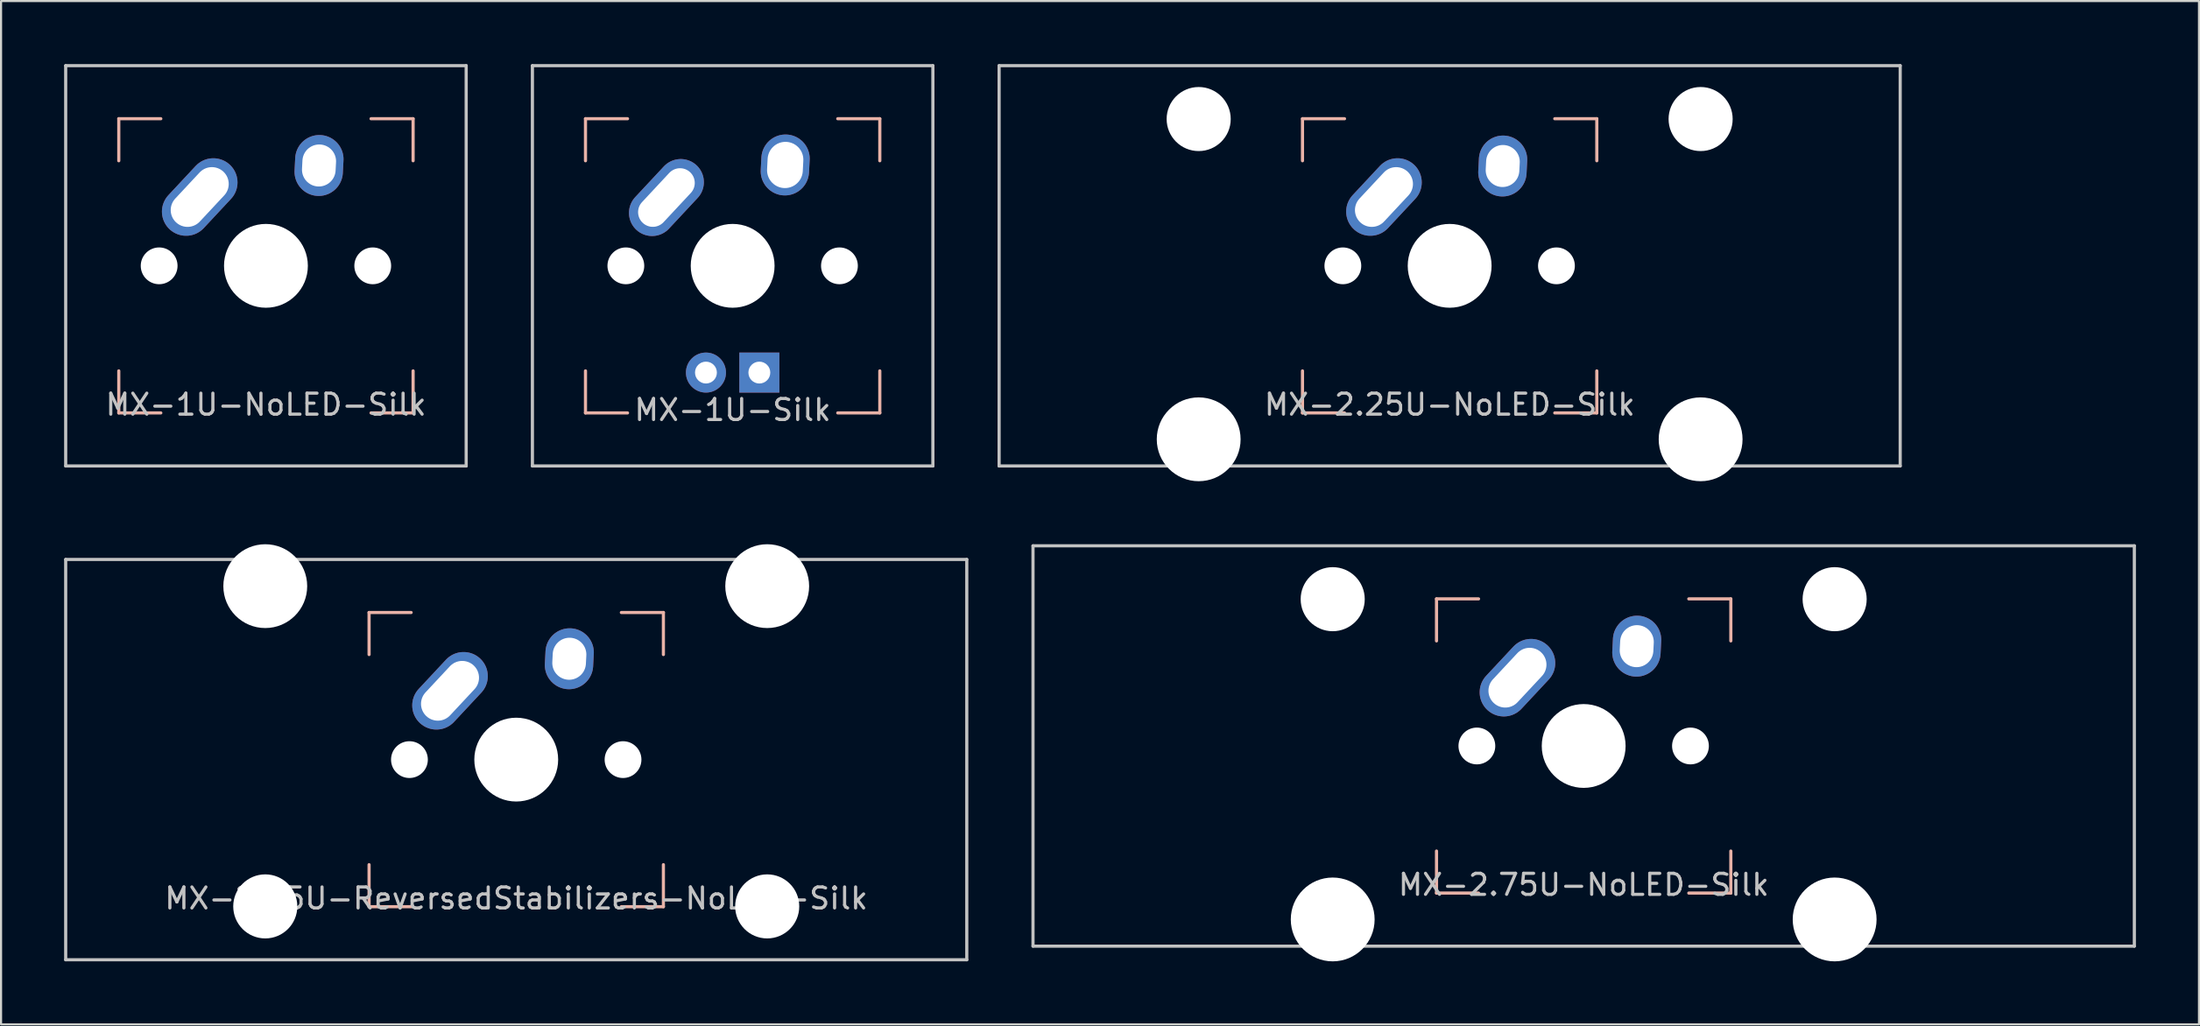
<source format=kicad_pcb>
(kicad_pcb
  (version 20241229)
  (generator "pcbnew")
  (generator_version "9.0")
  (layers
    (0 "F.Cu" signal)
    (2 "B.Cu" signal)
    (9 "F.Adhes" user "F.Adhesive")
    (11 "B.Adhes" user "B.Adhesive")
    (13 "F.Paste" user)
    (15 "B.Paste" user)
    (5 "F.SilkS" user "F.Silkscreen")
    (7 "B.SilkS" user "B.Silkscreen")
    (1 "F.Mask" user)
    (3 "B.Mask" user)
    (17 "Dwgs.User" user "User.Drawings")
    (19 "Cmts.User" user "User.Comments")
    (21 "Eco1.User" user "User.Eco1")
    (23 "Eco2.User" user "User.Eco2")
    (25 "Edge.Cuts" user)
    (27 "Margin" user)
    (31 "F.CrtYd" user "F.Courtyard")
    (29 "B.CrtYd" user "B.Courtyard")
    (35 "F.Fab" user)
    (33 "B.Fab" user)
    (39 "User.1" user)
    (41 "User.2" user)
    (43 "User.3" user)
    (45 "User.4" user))
  (footprint "MX-2.75U-NoLED-Silk"
    (layer "F.Cu")
    (at 72.281 32.449)
    (property "Reference" "MX-2.75U-NoLED-Silk" (at 0 6.604 0) (layer "Dwgs.User") (effects (font (size 1 1) (thickness 0.15))))
    (fp_line (start -7 -7) (end -7 -5) (stroke (width 0.15) (type solid)) (layer "B.SilkS"))
    (fp_line (start -7 5) (end -7 7) (stroke (width 0.15) (type solid)) (layer "B.SilkS"))
    (fp_line (start -7 7) (end -5 7) (stroke (width 0.15) (type solid)) (layer "B.SilkS"))
    (fp_line (start -5 -7) (end -7 -7) (stroke (width 0.15) (type solid)) (layer "B.SilkS"))
    (fp_line (start 5 -7) (end 7 -7) (stroke (width 0.15) (type solid)) (layer "B.SilkS"))
    (fp_line (start 5 7) (end 7 7) (stroke (width 0.15) (type solid)) (layer "B.SilkS"))
    (fp_line (start 7 -7) (end 7 -5) (stroke (width 0.15) (type solid)) (layer "B.SilkS"))
    (fp_line (start 7 7) (end 7 5) (stroke (width 0.15) (type solid)) (layer "B.SilkS"))
    (fp_line (start -26.194 -9.525) (end 26.194 -9.525) (stroke (width 0.15) (type solid)) (layer "Dwgs.User"))
    (fp_line (start -26.194 9.525) (end -26.194 -9.525) (stroke (width 0.15) (type solid)) (layer "Dwgs.User"))
    (fp_line (start -26.194 9.525) (end 26.194 9.525) (stroke (width 0.15) (type solid)) (layer "Dwgs.User"))
    (fp_line (start 26.194 -9.525) (end 26.194 9.525) (stroke (width 0.15) (type solid)) (layer "Dwgs.User"))
    (pad "" np_thru_hole circle (at -11.938 -6.985) (size 3.048 3.048) (drill 3.048) (layers "*.Cu" "*.Mask"))
    (pad "" np_thru_hole circle (at -11.938 8.255) (size 3.988 3.988) (drill 3.988) (layers "*.Cu" "*.Mask"))
    (pad "" np_thru_hole circle (at -5.08 0 48.1) (size 1.75 1.75) (drill 1.75) (layers "*.Cu" "*.Mask"))
    (pad "" np_thru_hole circle (at 0 0) (size 3.988 3.988) (drill 3.988) (layers "*.Cu" "*.Mask"))
    (pad "" np_thru_hole circle (at 5.08 0 48.1) (size 1.75 1.75) (drill 1.75) (layers "*.Cu" "*.Mask"))
    (pad "" np_thru_hole circle (at 11.938 -6.985) (size 3.048 3.048) (drill 3.048) (layers "*.Cu" "*.Mask"))
    (pad "" np_thru_hole circle (at 11.938 8.255) (size 3.988 3.988) (drill 3.988) (layers "*.Cu" "*.Mask"))
    (pad "1" thru_hole oval (at -3.15 -3.25 47) (size 4.2 2.3) (drill oval 3.3 1.6) (layers "*.Cu" "*.Mask"))
    (pad "2" thru_hole oval (at 2.525 -4.75 87) (size 2.9 2.3) (drill oval 2 1.6) (layers "*.Cu" "*.Mask")))
  (footprint "MX-2.25U-ReversedStabilizers-NoLED-Silk"
    (layer "F.Cu")
    (at 21.506 33.098)
    (property "Reference" "MX-2.25U-ReversedStabilizers-NoLED-Silk" (at 0 6.604 0) (layer "Dwgs.User") (effects (font (size 1 1) (thickness 0.15))))
    (fp_line (start -7 -7) (end -7 -5) (stroke (width 0.15) (type solid)) (layer "B.SilkS"))
    (fp_line (start -7 5) (end -7 7) (stroke (width 0.15) (type solid)) (layer "B.SilkS"))
    (fp_line (start -7 7) (end -5 7) (stroke (width 0.15) (type solid)) (layer "B.SilkS"))
    (fp_line (start -5 -7) (end -7 -7) (stroke (width 0.15) (type solid)) (layer "B.SilkS"))
    (fp_line (start 5 -7) (end 7 -7) (stroke (width 0.15) (type solid)) (layer "B.SilkS"))
    (fp_line (start 5 7) (end 7 7) (stroke (width 0.15) (type solid)) (layer "B.SilkS"))
    (fp_line (start 7 -7) (end 7 -5) (stroke (width 0.15) (type solid)) (layer "B.SilkS"))
    (fp_line (start 7 7) (end 7 5) (stroke (width 0.15) (type solid)) (layer "B.SilkS"))
    (fp_line (start -21.431 -9.525) (end 21.431 -9.525) (stroke (width 0.15) (type solid)) (layer "Dwgs.User"))
    (fp_line (start -21.431 9.525) (end -21.431 -9.525) (stroke (width 0.15) (type solid)) (layer "Dwgs.User"))
    (fp_line (start -21.431 9.525) (end 21.431 9.525) (stroke (width 0.15) (type solid)) (layer "Dwgs.User"))
    (fp_line (start 21.431 -9.525) (end 21.431 9.525) (stroke (width 0.15) (type solid)) (layer "Dwgs.User"))
    (pad "" np_thru_hole circle (at -11.938 -8.255) (size 3.988 3.988) (drill 3.988) (layers "*.Cu" "*.Mask"))
    (pad "" np_thru_hole circle (at -11.938 6.985) (size 3.048 3.048) (drill 3.048) (layers "*.Cu" "*.Mask"))
    (pad "" np_thru_hole circle (at -5.08 0 48.1) (size 1.75 1.75) (drill 1.75) (layers "*.Cu" "*.Mask"))
    (pad "" np_thru_hole circle (at 0 0) (size 3.988 3.988) (drill 3.988) (layers "*.Cu" "*.Mask"))
    (pad "" np_thru_hole circle (at 5.08 0 48.1) (size 1.75 1.75) (drill 1.75) (layers "*.Cu" "*.Mask"))
    (pad "" np_thru_hole circle (at 11.938 -8.255) (size 3.988 3.988) (drill 3.988) (layers "*.Cu" "*.Mask"))
    (pad "" np_thru_hole circle (at 11.938 6.985) (size 3.048 3.048) (drill 3.048) (layers "*.Cu" "*.Mask"))
    (pad "1" thru_hole oval (at -3.15 -3.275 47) (size 4.2 2.3) (drill oval 3.3 1.6) (layers "*.Cu" "*.Mask"))
    (pad "2" thru_hole oval (at 2.525 -4.8 87) (size 2.9 2.3) (drill oval 2 1.6) (layers "*.Cu" "*.Mask")))
  (footprint "MX-1U-NoLED-Silk"
    (layer "F.Cu")
    (at 9.6 9.6)
    (property "Reference" "MX-1U-NoLED-Silk" (at 0 6.604 0) (layer "Dwgs.User") (effects (font (size 1 1) (thickness 0.15))))
    (attr through_hole)
    (fp_line (start -7 -7) (end -7 -5) (stroke (width 0.15) (type solid)) (layer "B.SilkS"))
    (fp_line (start -7 5) (end -7 7) (stroke (width 0.15) (type solid)) (layer "B.SilkS"))
    (fp_line (start -7 7) (end -5 7) (stroke (width 0.15) (type solid)) (layer "B.SilkS"))
    (fp_line (start -5 -7) (end -7 -7) (stroke (width 0.15) (type solid)) (layer "B.SilkS"))
    (fp_line (start 5 -7) (end 7 -7) (stroke (width 0.15) (type solid)) (layer "B.SilkS"))
    (fp_line (start 5 7) (end 7 7) (stroke (width 0.15) (type solid)) (layer "B.SilkS"))
    (fp_line (start 7 -7) (end 7 -5) (stroke (width 0.15) (type solid)) (layer "B.SilkS"))
    (fp_line (start 7 7) (end 7 5) (stroke (width 0.15) (type solid)) (layer "B.SilkS"))
    (fp_line (start -9.525 -9.525) (end 9.525 -9.525) (stroke (width 0.15) (type solid)) (layer "Dwgs.User"))
    (fp_line (start -9.525 9.525) (end -9.525 -9.525) (stroke (width 0.15) (type solid)) (layer "Dwgs.User"))
    (fp_line (start 9.525 -9.525) (end 9.525 9.525) (stroke (width 0.15) (type solid)) (layer "Dwgs.User"))
    (fp_line (start 9.525 9.525) (end -9.525 9.525) (stroke (width 0.15) (type solid)) (layer "Dwgs.User"))
    (pad "" np_thru_hole circle (at -5.08 0 48.1) (size 1.75 1.75) (drill 1.75) (layers "*.Cu" "*.Mask"))
    (pad "" np_thru_hole circle (at 0 0) (size 3.988 3.988) (drill 3.988) (layers "*.Cu" "*.Mask"))
    (pad "" np_thru_hole circle (at 5.08 0 48.1) (size 1.75 1.75) (drill 1.75) (layers "*.Cu" "*.Mask"))
    (pad "1" thru_hole oval (at -3.15 -3.275 47) (size 4.2 2.3) (drill oval 3.3 1.6) (layers "*.Cu" "*.Mask"))
    (pad "2" thru_hole oval (at 2.525 -4.775 87) (size 2.9 2.3) (drill oval 2 1.6) (layers "*.Cu" "*.Mask")))
  (footprint "MX-2.25U-NoLED-Silk"
    (layer "F.Cu")
    (at 65.906 9.6)
    (property "Reference" "MX-2.25U-NoLED-Silk" (at 0 6.604 0) (layer "Dwgs.User") (effects (font (size 1 1) (thickness 0.15))))
    (fp_line (start -7 -7) (end -7 -5) (stroke (width 0.15) (type solid)) (layer "B.SilkS"))
    (fp_line (start -7 5) (end -7 7) (stroke (width 0.15) (type solid)) (layer "B.SilkS"))
    (fp_line (start -7 7) (end -5 7) (stroke (width 0.15) (type solid)) (layer "B.SilkS"))
    (fp_line (start -5 -7) (end -7 -7) (stroke (width 0.15) (type solid)) (layer "B.SilkS"))
    (fp_line (start 5 -7) (end 7 -7) (stroke (width 0.15) (type solid)) (layer "B.SilkS"))
    (fp_line (start 5 7) (end 7 7) (stroke (width 0.15) (type solid)) (layer "B.SilkS"))
    (fp_line (start 7 -7) (end 7 -5) (stroke (width 0.15) (type solid)) (layer "B.SilkS"))
    (fp_line (start 7 7) (end 7 5) (stroke (width 0.15) (type solid)) (layer "B.SilkS"))
    (fp_line (start -21.431 -9.525) (end 21.431 -9.525) (stroke (width 0.15) (type solid)) (layer "Dwgs.User"))
    (fp_line (start -21.431 9.525) (end -21.431 -9.525) (stroke (width 0.15) (type solid)) (layer "Dwgs.User"))
    (fp_line (start -21.431 9.525) (end 21.431 9.525) (stroke (width 0.15) (type solid)) (layer "Dwgs.User"))
    (fp_line (start 21.431 -9.525) (end 21.431 9.525) (stroke (width 0.15) (type solid)) (layer "Dwgs.User"))
    (pad "" np_thru_hole circle (at -11.938 -6.985) (size 3.048 3.048) (drill 3.048) (layers "*.Cu" "*.Mask"))
    (pad "" np_thru_hole circle (at -11.938 8.255) (size 3.988 3.988) (drill 3.988) (layers "*.Cu" "*.Mask"))
    (pad "" np_thru_hole circle (at -5.08 0 48.1) (size 1.75 1.75) (drill 1.75) (layers "*.Cu" "*.Mask"))
    (pad "" np_thru_hole circle (at 0 0) (size 3.988 3.988) (drill 3.988) (layers "*.Cu" "*.Mask"))
    (pad "" np_thru_hole circle (at 5.08 0 48.1) (size 1.75 1.75) (drill 1.75) (layers "*.Cu" "*.Mask"))
    (pad "" np_thru_hole circle (at 11.938 -6.985) (size 3.048 3.048) (drill 3.048) (layers "*.Cu" "*.Mask"))
    (pad "" np_thru_hole circle (at 11.938 8.255) (size 3.988 3.988) (drill 3.988) (layers "*.Cu" "*.Mask"))
    (pad "1" thru_hole oval (at -3.125 -3.275 47) (size 4.2 2.3) (drill oval 3.3 1.6) (layers "*.Cu" "*.Mask"))
    (pad "2" thru_hole oval (at 2.525 -4.75 87) (size 2.9 2.3) (drill oval 2 1.6) (layers "*.Cu" "*.Mask")))
  (footprint "MX-1U-Silk"
    (layer "F.Cu")
    (at 31.8 9.6)
    (property "Reference" "MX-1U-Silk" (at 0 6.858 0) (layer "Dwgs.User") (effects (font (size 1 1) (thickness 0.15))))
    (fp_line (start -7 -7) (end -7 -5) (stroke (width 0.15) (type solid)) (layer "B.SilkS"))
    (fp_line (start -7 5) (end -7 7) (stroke (width 0.15) (type solid)) (layer "B.SilkS"))
    (fp_line (start -7 7) (end -5 7) (stroke (width 0.15) (type solid)) (layer "B.SilkS"))
    (fp_line (start -5 -7) (end -7 -7) (stroke (width 0.15) (type solid)) (layer "B.SilkS"))
    (fp_line (start 5 -7) (end 7 -7) (stroke (width 0.15) (type solid)) (layer "B.SilkS"))
    (fp_line (start 5 7) (end 7 7) (stroke (width 0.15) (type solid)) (layer "B.SilkS"))
    (fp_line (start 7 -7) (end 7 -5) (stroke (width 0.15) (type solid)) (layer "B.SilkS"))
    (fp_line (start 7 7) (end 7 5) (stroke (width 0.15) (type solid)) (layer "B.SilkS"))
    (fp_line (start -9.525 -9.525) (end 9.525 -9.525) (stroke (width 0.15) (type solid)) (layer "Dwgs.User"))
    (fp_line (start -9.525 9.525) (end -9.525 -9.525) (stroke (width 0.15) (type solid)) (layer "Dwgs.User"))
    (fp_line (start 9.525 -9.525) (end 9.525 9.525) (stroke (width 0.15) (type solid)) (layer "Dwgs.User"))
    (fp_line (start 9.525 9.525) (end -9.525 9.525) (stroke (width 0.15) (type solid)) (layer "Dwgs.User"))
    (pad "" np_thru_hole circle (at -5.08 0 48.1) (size 1.75 1.75) (drill 1.75) (layers "*.Cu" "*.Mask"))
    (pad "" np_thru_hole circle (at 0 0) (size 3.988 3.988) (drill 3.988) (layers "*.Cu" "*.Mask"))
    (pad "" np_thru_hole circle (at 5.08 0 48.1) (size 1.75 1.75) (drill 1.75) (layers "*.Cu" "*.Mask"))
    (pad "1" thru_hole oval (at -3.15 -3.25 47) (size 4.2 2.2) (drill oval 3.3 1.4) (layers "*.Cu" "*.Mask"))
    (pad "2" thru_hole oval (at 2.5 -4.8 87) (size 2.9 2.3) (drill oval 2.2 1.7) (layers "*.Cu" "*.Mask"))
    (pad "3" thru_hole circle (at -1.27 5.08) (size 1.905 1.905) (drill 1.04) (layers "*.Cu" "B.Mask"))
    (pad "4" thru_hole rect (at 1.27 5.08) (size 1.905 1.905) (drill 1.04) (layers "*.Cu" "B.Mask")))
  (gr_rect
    (start -3 -3)
    (end 101.55 45.698)
    (stroke (width 0.1) (type default))
    (fill no)
    (layer "Edge.Cuts")))
</source>
